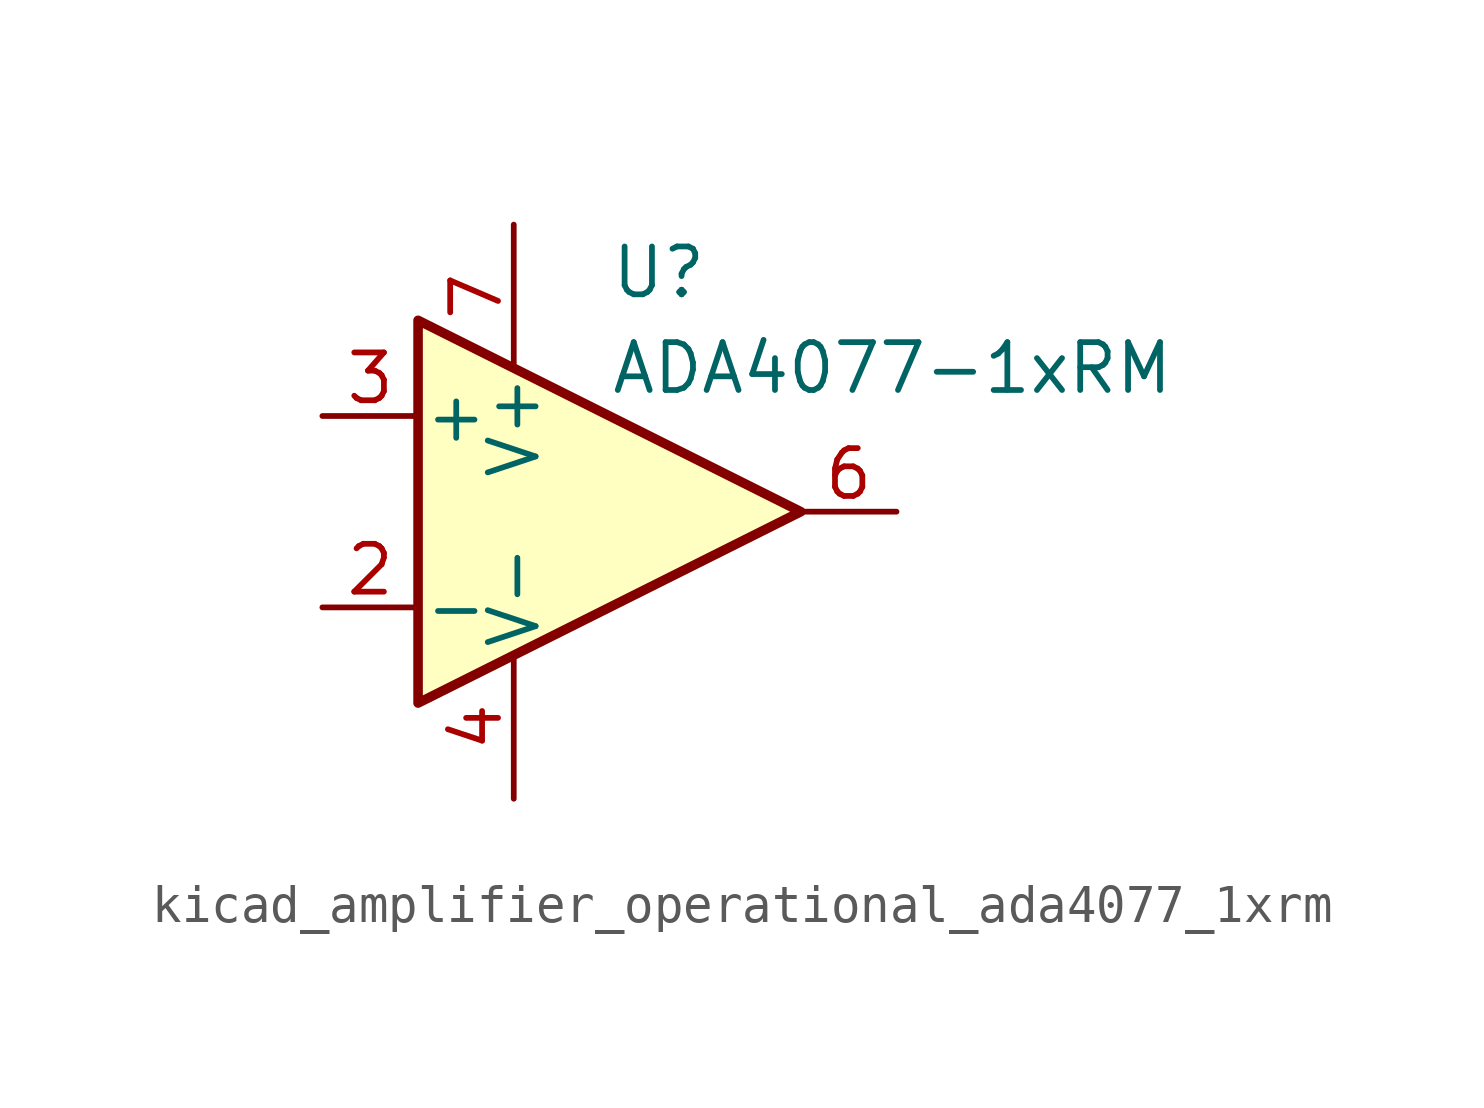
<source format=kicad_sym>
(kicad_symbol_lib
  (version 20220914)
  (generator kicad_symbol_editor)
  (symbol "kicad_amplifier_operational_ada4077_1xrm"
    (pin_names
      (offset 0.127))
    (property "Reference" "U"
      (at 0 6.35 0)
      (effects (font (size 1.27 1.27)) (justify left)))
    (property "Value" "ADA4077-1xRM"
      (at 0 3.81 0)
      (effects (font (size 1.27 1.27)) (justify left)))
    (symbol "kicad_amplifier_operational_ada4077_1xrm_0_1"
      (polyline (pts (xy -5.08 5.08) (xy 5.08 0) (xy -5.08 -5.08) (xy -5.08 5.08)) (stroke (width 0.254) (type default)) (fill (type background))))
    (symbol "kicad_amplifier_operational_ada4077_1xrm_1_1"
      (pin no_connect line (at -2.54 2.54 270) (length 2.54) hide (name "NC" (effects (font (size 1.27 1.27)))) (number "1" (effects (font (size 1.27 1.27)))))
      (pin input line (at -7.62 -2.54 0) (length 2.54) (name "-" (effects (font (size 1.27 1.27)))) (number "2" (effects (font (size 1.27 1.27)))))
      (pin input line (at -7.62 2.54 0) (length 2.54) (name "+" (effects (font (size 1.27 1.27)))) (number "3" (effects (font (size 1.27 1.27)))))
      (pin power_in line (at -2.54 -7.62 90) (length 3.81) (name "V-" (effects (font (size 1.27 1.27)))) (number "4" (effects (font (size 1.27 1.27)))))
      (pin no_connect line (at 0 2.54 270) (length 2.54) hide (name "NC" (effects (font (size 1.27 1.27)))) (number "5" (effects (font (size 1.27 1.27)))))
      (pin output line (at 7.62 0 180) (length 2.54) (name "~" (effects (font (size 1.27 1.27)))) (number "6" (effects (font (size 1.27 1.27)))))
      (pin power_in line (at -2.54 7.62 270) (length 3.81) (name "V+" (effects (font (size 1.27 1.27)))) (number "7" (effects (font (size 1.27 1.27)))))
      (pin no_connect line (at 0 -2.54 90) (length 2.54) hide (name "NC" (effects (font (size 1.27 1.27)))) (number "8" (effects (font (size 1.27 1.27))))))))
</source>
